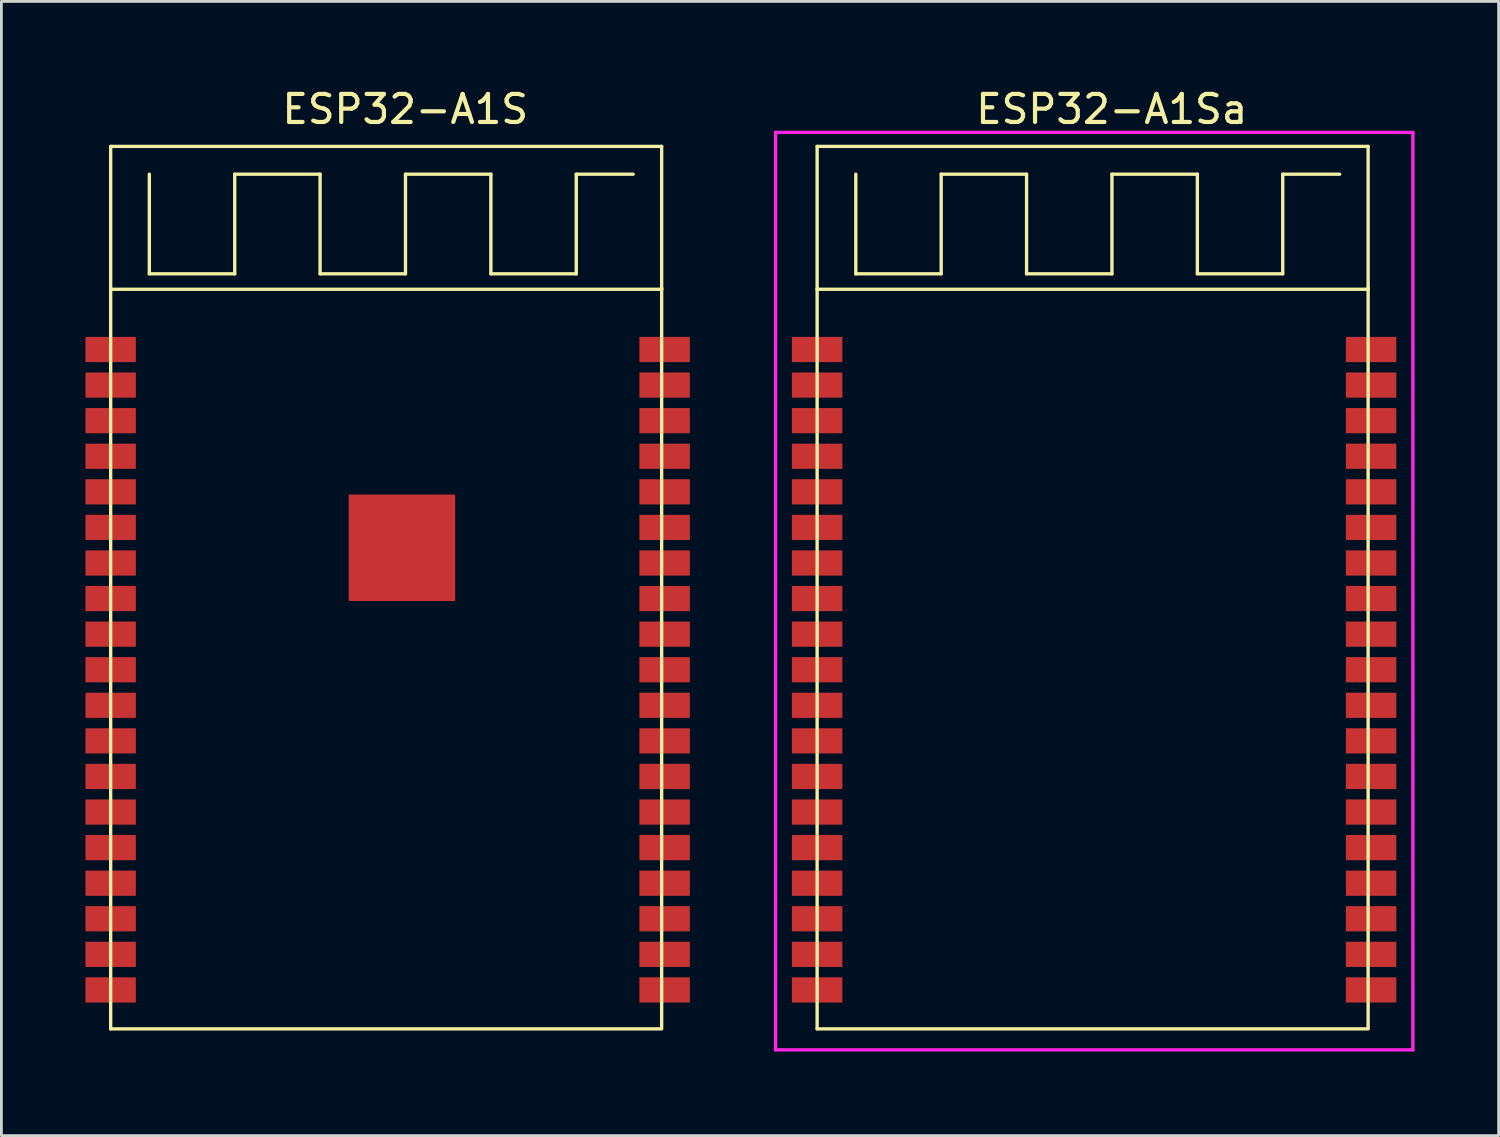
<source format=kicad_pcb>
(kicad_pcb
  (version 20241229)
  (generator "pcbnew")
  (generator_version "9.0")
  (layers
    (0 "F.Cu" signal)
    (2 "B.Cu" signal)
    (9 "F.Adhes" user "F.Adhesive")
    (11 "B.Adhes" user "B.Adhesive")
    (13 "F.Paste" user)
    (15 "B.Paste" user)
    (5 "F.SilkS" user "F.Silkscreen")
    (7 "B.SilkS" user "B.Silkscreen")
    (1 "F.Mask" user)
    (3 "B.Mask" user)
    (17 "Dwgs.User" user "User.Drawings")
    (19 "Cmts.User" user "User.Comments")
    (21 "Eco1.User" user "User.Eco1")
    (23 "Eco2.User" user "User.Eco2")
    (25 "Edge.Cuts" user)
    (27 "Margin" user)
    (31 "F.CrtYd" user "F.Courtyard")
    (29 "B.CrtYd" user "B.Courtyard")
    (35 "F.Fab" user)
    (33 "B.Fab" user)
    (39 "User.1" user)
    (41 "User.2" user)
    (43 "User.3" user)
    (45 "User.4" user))
  (footprint "ESP32-A1Sa"
    (layer "F.Cu")
    (at 36.134 3.676)
    (property "Reference" "ESP32-A1Sa" (at 0.5 -2.828 0) (layer "F.SilkS") (effects (font (size 1 1) (thickness 0.15))))
    (attr smd)
    (fp_line (start -10.016 -1.5) (end 9.652 -1.5) (stroke (width 0.12) (type solid)) (layer "F.SilkS"))
    (fp_line (start -10.016 3.6) (end -10.016 -1.5) (stroke (width 0.12) (type solid)) (layer "F.SilkS"))
    (fp_line (start -10.016 3.6) (end 9.652 3.6) (stroke (width 0.12) (type solid)) (layer "F.SilkS"))
    (fp_line (start -10.016 30) (end -10.016 3.6) (stroke (width 0.12) (type solid)) (layer "F.SilkS"))
    (fp_line (start -10.016 30) (end 9.652 30) (stroke (width 0.12) (type solid)) (layer "F.SilkS"))
    (fp_line (start -8.636 -0.508) (end -8.636 3.048) (stroke (width 0.12) (type solid)) (layer "F.SilkS"))
    (fp_line (start -8.636 3.048) (end -5.588 3.048) (stroke (width 0.12) (type solid)) (layer "F.SilkS"))
    (fp_line (start -5.588 -0.508) (end -2.54 -0.508) (stroke (width 0.12) (type solid)) (layer "F.SilkS"))
    (fp_line (start -5.588 3.048) (end -5.588 -0.508) (stroke (width 0.12) (type solid)) (layer "F.SilkS"))
    (fp_line (start -2.54 -0.508) (end -2.54 3.048) (stroke (width 0.12) (type solid)) (layer "F.SilkS"))
    (fp_line (start -2.54 3.048) (end 0.508 3.048) (stroke (width 0.12) (type solid)) (layer "F.SilkS"))
    (fp_line (start 0.508 -0.508) (end 3.556 -0.508) (stroke (width 0.12) (type solid)) (layer "F.SilkS"))
    (fp_line (start 0.508 3.048) (end 0.508 -0.508) (stroke (width 0.12) (type solid)) (layer "F.SilkS"))
    (fp_line (start 3.556 -0.508) (end 3.556 3.048) (stroke (width 0.12) (type solid)) (layer "F.SilkS"))
    (fp_line (start 3.556 3.048) (end 6.604 3.048) (stroke (width 0.12) (type solid)) (layer "F.SilkS"))
    (fp_line (start 6.604 -0.508) (end 8.636 -0.508) (stroke (width 0.12) (type solid)) (layer "F.SilkS"))
    (fp_line (start 6.604 3.048) (end 6.604 -0.508) (stroke (width 0.12) (type solid)) (layer "F.SilkS"))
    (fp_line (start 9.652 3.6) (end 9.652 -1.5) (stroke (width 0.12) (type solid)) (layer "F.SilkS"))
    (fp_line (start 9.652 29.956) (end 9.652 3.556) (stroke (width 0.12) (type solid)) (layer "F.SilkS"))
    (fp_line (start -11.5 -2) (end -11.5 30.75) (stroke (width 0.12) (type solid)) (layer "F.CrtYd"))
    (fp_line (start -11.5 -2) (end 11.25 -2) (stroke (width 0.12) (type solid)) (layer "F.CrtYd"))
    (fp_line (start 11.25 -2) (end 11.25 30.75) (stroke (width 0.12) (type solid)) (layer "F.CrtYd"))
    (fp_line (start 11.25 30.75) (end -11.5 30.75) (stroke (width 0.12) (type solid)) (layer "F.CrtYd"))
    (pad "1" smd rect (at -10.016 5.75) (size 1.8 0.9) (layers "F.Cu" "F.Mask" "F.Paste"))
    (pad "2" smd rect (at -10.016 7.02) (size 1.8 0.9) (layers "F.Cu" "F.Mask" "F.Paste"))
    (pad "3" smd rect (at -10.016 8.29) (size 1.8 0.9) (layers "F.Cu" "F.Mask" "F.Paste"))
    (pad "4" smd rect (at -10.016 9.56) (size 1.8 0.9) (layers "F.Cu" "F.Mask" "F.Paste"))
    (pad "5" smd rect (at -10.016 10.83) (size 1.8 0.9) (layers "F.Cu" "F.Mask" "F.Paste"))
    (pad "6" smd rect (at -10.016 12.1) (size 1.8 0.9) (layers "F.Cu" "F.Mask" "F.Paste"))
    (pad "7" smd rect (at -10.016 13.37) (size 1.8 0.9) (layers "F.Cu" "F.Mask" "F.Paste"))
    (pad "8" smd rect (at -10.016 14.64) (size 1.8 0.9) (layers "F.Cu" "F.Mask" "F.Paste"))
    (pad "9" smd rect (at -10.016 15.91) (size 1.8 0.9) (layers "F.Cu" "F.Mask" "F.Paste"))
    (pad "10" smd rect (at -10.016 17.18) (size 1.8 0.9) (layers "F.Cu" "F.Mask" "F.Paste"))
    (pad "11" smd rect (at -10.016 18.45) (size 1.8 0.9) (layers "F.Cu" "F.Mask" "F.Paste"))
    (pad "12" smd rect (at -10.016 19.72) (size 1.8 0.9) (layers "F.Cu" "F.Mask" "F.Paste"))
    (pad "13" smd rect (at -10.016 20.99) (size 1.8 0.9) (layers "F.Cu" "F.Mask" "F.Paste"))
    (pad "14" smd rect (at -10.016 22.26) (size 1.8 0.9) (layers "F.Cu" "F.Mask" "F.Paste"))
    (pad "15" smd rect (at -10.016 23.53) (size 1.8 0.9) (layers "F.Cu" "F.Mask" "F.Paste"))
    (pad "16" smd rect (at -10.016 24.8) (size 1.8 0.9) (layers "F.Cu" "F.Mask" "F.Paste"))
    (pad "17" smd rect (at -10.016 26.07) (size 1.8 0.9) (layers "F.Cu" "F.Mask" "F.Paste"))
    (pad "18" smd rect (at -10.016 27.34) (size 1.8 0.9) (layers "F.Cu" "F.Mask" "F.Paste"))
    (pad "19" smd rect (at -10.016 28.61) (size 1.8 0.9) (layers "F.Cu" "F.Mask" "F.Paste"))
    (pad "20" smd rect (at 9.758 28.61) (size 1.8 0.9) (layers "F.Cu" "F.Mask" "F.Paste"))
    (pad "21" smd rect (at 9.758 27.34) (size 1.8 0.9) (layers "F.Cu" "F.Mask" "F.Paste"))
    (pad "22" smd rect (at 9.758 26.07) (size 1.8 0.9) (layers "F.Cu" "F.Mask" "F.Paste"))
    (pad "23" smd rect (at 9.758 24.8) (size 1.8 0.9) (layers "F.Cu" "F.Mask" "F.Paste"))
    (pad "24" smd rect (at 9.758 23.53) (size 1.8 0.9) (layers "F.Cu" "F.Mask" "F.Paste"))
    (pad "25" smd rect (at 9.758 22.26) (size 1.8 0.9) (layers "F.Cu" "F.Mask" "F.Paste"))
    (pad "26" smd rect (at 9.758 20.99) (size 1.8 0.9) (layers "F.Cu" "F.Mask" "F.Paste"))
    (pad "27" smd rect (at 9.758 19.72) (size 1.8 0.9) (layers "F.Cu" "F.Mask" "F.Paste"))
    (pad "28" smd rect (at 9.758 18.45) (size 1.8 0.9) (layers "F.Cu" "F.Mask" "F.Paste"))
    (pad "29" smd rect (at 9.758 17.18) (size 1.8 0.9) (layers "F.Cu" "F.Mask" "F.Paste"))
    (pad "30" smd rect (at 9.758 15.91) (size 1.8 0.9) (layers "F.Cu" "F.Mask" "F.Paste"))
    (pad "31" smd rect (at 9.758 14.64) (size 1.8 0.9) (layers "F.Cu" "F.Mask" "F.Paste"))
    (pad "32" smd rect (at 9.758 13.37) (size 1.8 0.9) (layers "F.Cu" "F.Mask" "F.Paste"))
    (pad "33" smd rect (at 9.758 12.1) (size 1.8 0.9) (layers "F.Cu" "F.Mask" "F.Paste"))
    (pad "34" smd rect (at 9.758 10.83) (size 1.8 0.9) (layers "F.Cu" "F.Mask" "F.Paste"))
    (pad "35" smd rect (at 9.758 9.56) (size 1.8 0.9) (layers "F.Cu" "F.Mask" "F.Paste"))
    (pad "36" smd rect (at 9.758 8.29) (size 1.8 0.9) (layers "F.Cu" "F.Mask" "F.Paste"))
    (pad "37" smd rect (at 9.758 7.02) (size 1.8 0.9) (layers "F.Cu" "F.Mask" "F.Paste"))
    (pad "38" smd rect (at 9.758 5.75) (size 1.8 0.9) (layers "F.Cu" "F.Mask" "F.Paste")))
  (footprint "ESP32-A1S"
    (layer "F.Cu")
    (at 10.916 3.676)
    (property "Reference" "ESP32-A1S" (at 0.5 -2.828 0) (layer "F.SilkS") (effects (font (size 1 1) (thickness 0.15))))
    (attr through_hole)
    (fp_line (start -10.016 -1.5) (end 9.652 -1.5) (stroke (width 0.12) (type solid)) (layer "F.SilkS"))
    (fp_line (start -10.016 3.6) (end -10.016 -1.5) (stroke (width 0.12) (type solid)) (layer "F.SilkS"))
    (fp_line (start -10.016 3.6) (end 9.652 3.6) (stroke (width 0.12) (type solid)) (layer "F.SilkS"))
    (fp_line (start -10.016 30) (end -10.016 3.6) (stroke (width 0.12) (type solid)) (layer "F.SilkS"))
    (fp_line (start -10.016 30) (end 9.652 30) (stroke (width 0.12) (type solid)) (layer "F.SilkS"))
    (fp_line (start -8.636 -0.508) (end -8.636 3.048) (stroke (width 0.12) (type solid)) (layer "F.SilkS"))
    (fp_line (start -8.636 3.048) (end -5.588 3.048) (stroke (width 0.12) (type solid)) (layer "F.SilkS"))
    (fp_line (start -5.588 -0.508) (end -2.54 -0.508) (stroke (width 0.12) (type solid)) (layer "F.SilkS"))
    (fp_line (start -5.588 3.048) (end -5.588 -0.508) (stroke (width 0.12) (type solid)) (layer "F.SilkS"))
    (fp_line (start -2.54 -0.508) (end -2.54 3.048) (stroke (width 0.12) (type solid)) (layer "F.SilkS"))
    (fp_line (start -2.54 3.048) (end 0.508 3.048) (stroke (width 0.12) (type solid)) (layer "F.SilkS"))
    (fp_line (start 0.508 -0.508) (end 3.556 -0.508) (stroke (width 0.12) (type solid)) (layer "F.SilkS"))
    (fp_line (start 0.508 3.048) (end 0.508 -0.508) (stroke (width 0.12) (type solid)) (layer "F.SilkS"))
    (fp_line (start 3.556 -0.508) (end 3.556 3.048) (stroke (width 0.12) (type solid)) (layer "F.SilkS"))
    (fp_line (start 3.556 3.048) (end 6.604 3.048) (stroke (width 0.12) (type solid)) (layer "F.SilkS"))
    (fp_line (start 6.604 -0.508) (end 8.636 -0.508) (stroke (width 0.12) (type solid)) (layer "F.SilkS"))
    (fp_line (start 6.604 3.048) (end 6.604 -0.508) (stroke (width 0.12) (type solid)) (layer "F.SilkS"))
    (fp_line (start 9.652 3.6) (end 9.652 -1.5) (stroke (width 0.12) (type solid)) (layer "F.SilkS"))
    (fp_line (start 9.652 29.956) (end 9.652 3.556) (stroke (width 0.12) (type solid)) (layer "F.SilkS"))
    (pad "1" smd rect (at -10.016 5.75) (size 1.8 0.9) (layers "F.Cu" "F.Mask" "F.Paste"))
    (pad "2" smd rect (at -10.016 7.02) (size 1.8 0.9) (layers "F.Cu" "F.Mask" "F.Paste"))
    (pad "3" smd rect (at -10.016 8.29) (size 1.8 0.9) (layers "F.Cu" "F.Mask" "F.Paste"))
    (pad "4" smd rect (at -10.016 9.56) (size 1.8 0.9) (layers "F.Cu" "F.Mask" "F.Paste"))
    (pad "5" smd rect (at -10.016 10.83) (size 1.8 0.9) (layers "F.Cu" "F.Mask" "F.Paste"))
    (pad "6" smd rect (at -10.016 12.1) (size 1.8 0.9) (layers "F.Cu" "F.Mask" "F.Paste"))
    (pad "7" smd rect (at -10.016 13.37) (size 1.8 0.9) (layers "F.Cu" "F.Mask" "F.Paste"))
    (pad "8" smd rect (at -10.016 14.64) (size 1.8 0.9) (layers "F.Cu" "F.Mask" "F.Paste"))
    (pad "9" smd rect (at -10.016 15.91) (size 1.8 0.9) (layers "F.Cu" "F.Mask" "F.Paste"))
    (pad "10" smd rect (at -10.016 17.18) (size 1.8 0.9) (layers "F.Cu" "F.Mask" "F.Paste"))
    (pad "11" smd rect (at -10.016 18.45) (size 1.8 0.9) (layers "F.Cu" "F.Mask" "F.Paste"))
    (pad "12" smd rect (at -10.016 19.72) (size 1.8 0.9) (layers "F.Cu" "F.Mask" "F.Paste"))
    (pad "13" smd rect (at -10.016 20.99) (size 1.8 0.9) (layers "F.Cu" "F.Mask" "F.Paste"))
    (pad "14" smd rect (at -10.016 22.26) (size 1.8 0.9) (layers "F.Cu" "F.Mask" "F.Paste"))
    (pad "15" smd rect (at -10.016 23.53) (size 1.8 0.9) (layers "F.Cu" "F.Mask" "F.Paste"))
    (pad "16" smd rect (at -10.016 24.8) (size 1.8 0.9) (layers "F.Cu" "F.Mask" "F.Paste"))
    (pad "17" smd rect (at -10.016 26.07) (size 1.8 0.9) (layers "F.Cu" "F.Mask" "F.Paste"))
    (pad "18" smd rect (at -10.016 27.34) (size 1.8 0.9) (layers "F.Cu" "F.Mask" "F.Paste"))
    (pad "19" smd rect (at -10.016 28.61) (size 1.8 0.9) (layers "F.Cu" "F.Mask" "F.Paste"))
    (pad "20" smd rect (at 9.758 28.61) (size 1.8 0.9) (layers "F.Cu" "F.Mask" "F.Paste"))
    (pad "21" smd rect (at 9.758 27.34) (size 1.8 0.9) (layers "F.Cu" "F.Mask" "F.Paste"))
    (pad "22" smd rect (at 9.758 26.07) (size 1.8 0.9) (layers "F.Cu" "F.Mask" "F.Paste"))
    (pad "23" smd rect (at 9.758 24.8) (size 1.8 0.9) (layers "F.Cu" "F.Mask" "F.Paste"))
    (pad "24" smd rect (at 9.758 23.53) (size 1.8 0.9) (layers "F.Cu" "F.Mask" "F.Paste"))
    (pad "25" smd rect (at 9.758 22.26) (size 1.8 0.9) (layers "F.Cu" "F.Mask" "F.Paste"))
    (pad "26" smd rect (at 9.758 20.99) (size 1.8 0.9) (layers "F.Cu" "F.Mask" "F.Paste"))
    (pad "27" smd rect (at 9.758 19.72) (size 1.8 0.9) (layers "F.Cu" "F.Mask" "F.Paste"))
    (pad "28" smd rect (at 9.758 18.45) (size 1.8 0.9) (layers "F.Cu" "F.Mask" "F.Paste"))
    (pad "29" smd rect (at 9.758 17.18) (size 1.8 0.9) (layers "F.Cu" "F.Mask" "F.Paste"))
    (pad "30" smd rect (at 9.758 15.91) (size 1.8 0.9) (layers "F.Cu" "F.Mask" "F.Paste"))
    (pad "31" smd rect (at 9.758 14.64) (size 1.8 0.9) (layers "F.Cu" "F.Mask" "F.Paste"))
    (pad "32" smd rect (at 9.758 13.37) (size 1.8 0.9) (layers "F.Cu" "F.Mask" "F.Paste"))
    (pad "33" smd rect (at 9.758 12.1) (size 1.8 0.9) (layers "F.Cu" "F.Mask" "F.Paste"))
    (pad "34" smd rect (at 9.758 10.83) (size 1.8 0.9) (layers "F.Cu" "F.Mask" "F.Paste"))
    (pad "35" smd rect (at 9.758 9.56) (size 1.8 0.9) (layers "F.Cu" "F.Mask" "F.Paste"))
    (pad "36" smd rect (at 9.758 8.29) (size 1.8 0.9) (layers "F.Cu" "F.Mask" "F.Paste"))
    (pad "37" smd rect (at 9.758 7.02) (size 1.8 0.9) (layers "F.Cu" "F.Mask" "F.Paste"))
    (pad "38" smd rect (at 9.758 5.75) (size 1.8 0.9) (layers "F.Cu" "F.Mask" "F.Paste"))
    (pad "GND" smd rect (at 0.381 12.827) (size 3.8 3.8) (layers "F.Cu" "F.Mask" "F.Paste")))
  (gr_rect
    (start -3 -3)
    (end 50.444 37.486)
    (stroke (width 0.1) (type default))
    (fill no)
    (layer "Edge.Cuts")))
</source>
